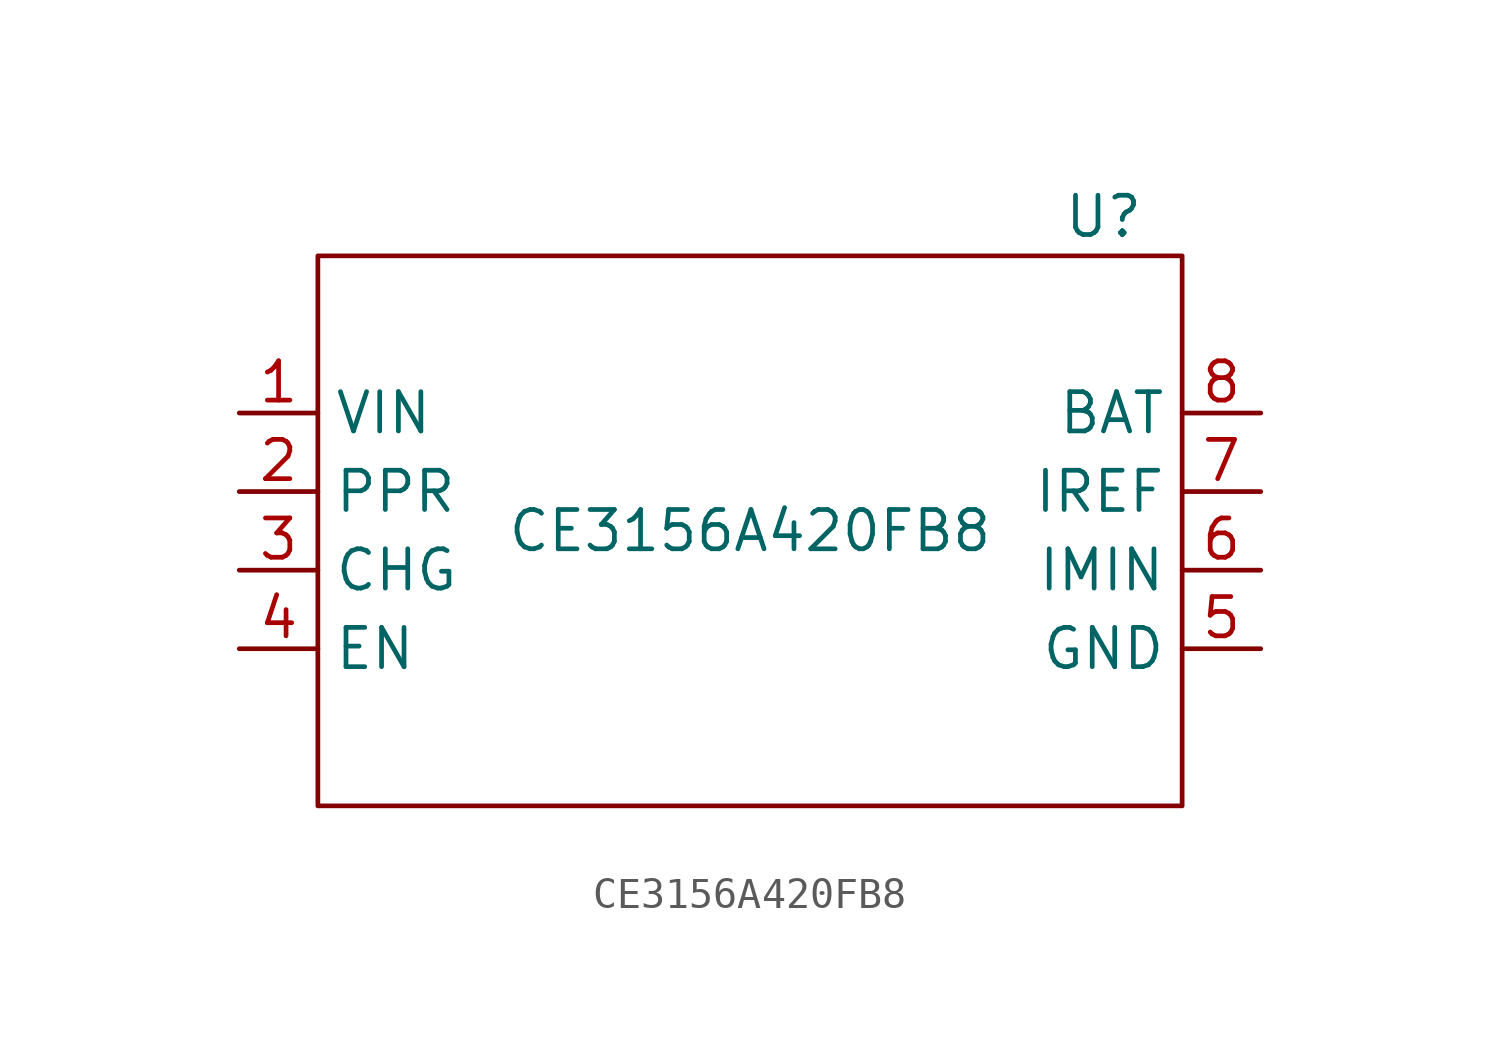
<source format=kicad_sym>
(kicad_symbol_lib
  (version 20211014)
  (generator kicad_symbol_editor)
  (symbol "CE3156A420FB8"
    (property "Reference" "U"
      (at 11.43 10.16 0)
      (effects (font (size 1.27 1.27))))
    (property "Value" "CE3156A420FB8"
      (at 0 0 0)
      (effects (font (size 1.27 1.27))))
    (symbol "CE3156A420FB8_0_1"
      (rectangle (start -13.97 8.89) (end 13.97 -8.89) (stroke (width 0) (type default) (color 0 0 0 0)) (fill (type none))))
    (symbol "CE3156A420FB8_1_1"
      (pin power_in line (at -16.51 3.81 0) (length 2.54) (name "VIN" (effects (font (size 1.27 1.27)))) (number "1" (effects (font (size 1.27 1.27)))))
      (pin input line (at -16.51 1.27 0) (length 2.54) (name "PPR" (effects (font (size 1.27 1.27)))) (number "2" (effects (font (size 1.27 1.27)))))
      (pin output line (at -16.51 -1.27 0) (length 2.54) (name "CHG" (effects (font (size 1.27 1.27)))) (number "3" (effects (font (size 1.27 1.27)))))
      (pin input line (at -16.51 -3.81 0) (length 2.54) (name "EN" (effects (font (size 1.27 1.27)))) (number "4" (effects (font (size 1.27 1.27)))))
      (pin bidirectional line (at 16.51 -3.81 180) (length 2.54) (name "GND" (effects (font (size 1.27 1.27)))) (number "5" (effects (font (size 1.27 1.27)))))
      (pin bidirectional line (at 16.51 -1.27 180) (length 2.54) (name "IMIN" (effects (font (size 1.27 1.27)))) (number "6" (effects (font (size 1.27 1.27)))))
      (pin bidirectional line (at 16.51 1.27 180) (length 2.54) (name "IREF" (effects (font (size 1.27 1.27)))) (number "7" (effects (font (size 1.27 1.27)))))
      (pin output line (at 16.51 3.81 180) (length 2.54) (name "BAT" (effects (font (size 1.27 1.27)))) (number "8" (effects (font (size 1.27 1.27))))))))
</source>
